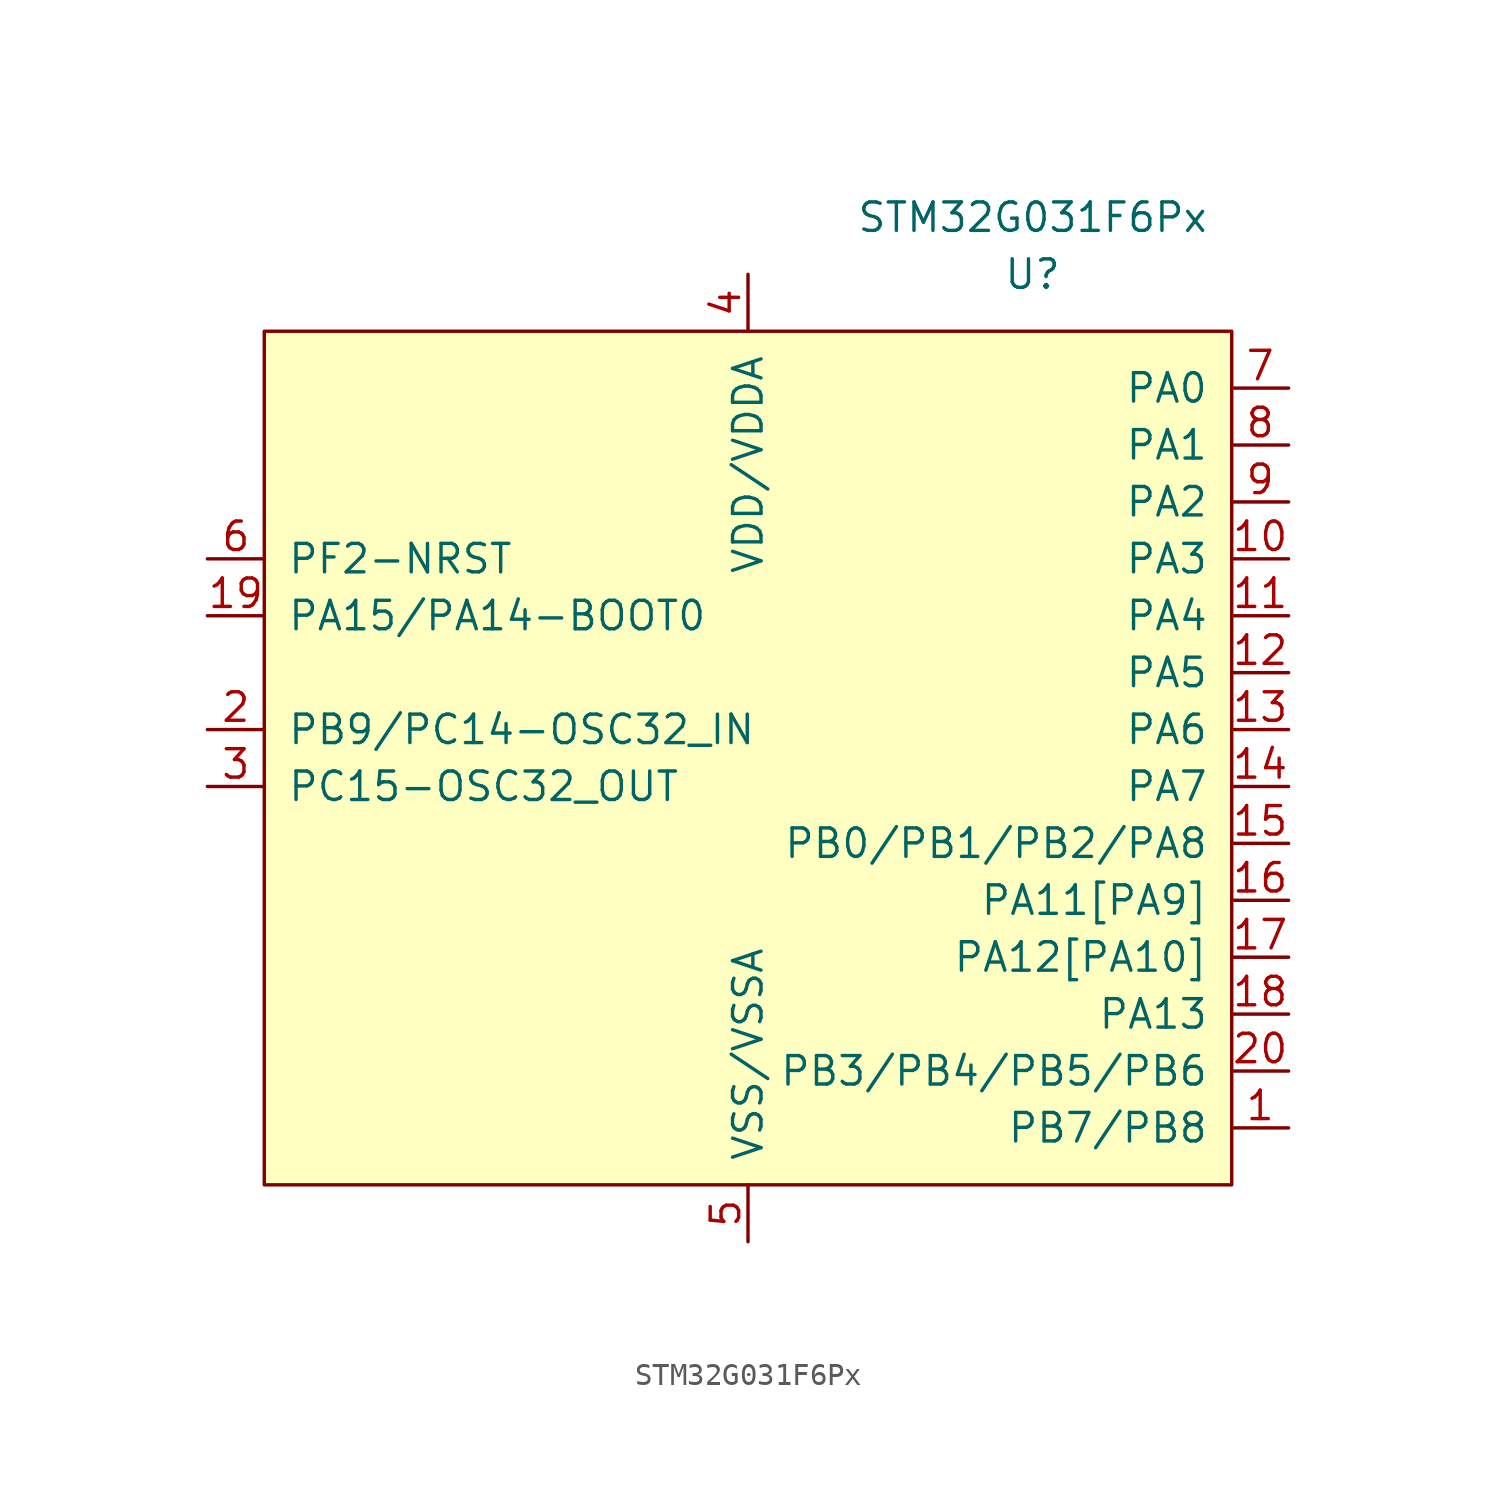
<source format=kicad_sym>
(kicad_symbol_lib
  (version 20211014)
  (generator kicad_symbol_editor)
  (symbol "STM32G031F6Px"
    (pin_names
      (offset 1.016))
    (property "Reference" "U"
      (at 12.7 21.59 0)
      (effects (font (size 1.27 1.27))))
    (property "Value" "STM32G031F6Px"
      (at 12.7 24.13 0)
      (effects (font (size 1.27 1.27))))
    (symbol "STM32G031F6Px_0_1"
      (rectangle (start 21.59 19.05) (end -21.59 -19.05) (stroke (width 0) (type default) (color 0 0 0 0)) (fill (type background))))
    (symbol "STM32G031F6Px_1_1"
      (pin bidirectional line (at 24.13 -16.51 180) (length 2.54) (name "PB7/PB8" (effects (font (size 1.27 1.27)))) (number "1" (effects (font (size 1.27 1.27)))))
      (pin bidirectional line (at 24.13 8.89 180) (length 2.54) (name "PA3" (effects (font (size 1.27 1.27)))) (number "10" (effects (font (size 1.27 1.27)))))
      (pin bidirectional line (at 24.13 6.35 180) (length 2.54) (name "PA4" (effects (font (size 1.27 1.27)))) (number "11" (effects (font (size 1.27 1.27)))))
      (pin bidirectional line (at 24.13 3.81 180) (length 2.54) (name "PA5" (effects (font (size 1.27 1.27)))) (number "12" (effects (font (size 1.27 1.27)))))
      (pin bidirectional line (at 24.13 1.27 180) (length 2.54) (name "PA6" (effects (font (size 1.27 1.27)))) (number "13" (effects (font (size 1.27 1.27)))))
      (pin bidirectional line (at 24.13 -1.27 180) (length 2.54) (name "PA7" (effects (font (size 1.27 1.27)))) (number "14" (effects (font (size 1.27 1.27)))))
      (pin bidirectional line (at 24.13 -3.81 180) (length 2.54) (name "PB0/PB1/PB2/PA8" (effects (font (size 1.27 1.27)))) (number "15" (effects (font (size 1.27 1.27)))))
      (pin bidirectional line (at 24.13 -6.35 180) (length 2.54) (name "PA11[PA9]" (effects (font (size 1.27 1.27)))) (number "16" (effects (font (size 1.27 1.27)))))
      (pin bidirectional line (at 24.13 -8.89 180) (length 2.54) (name "PA12[PA10]" (effects (font (size 1.27 1.27)))) (number "17" (effects (font (size 1.27 1.27)))))
      (pin bidirectional line (at 24.13 -11.43 180) (length 2.54) (name "PA13" (effects (font (size 1.27 1.27)))) (number "18" (effects (font (size 1.27 1.27)))))
      (pin bidirectional line (at -24.13 6.35 0) (length 2.54) (name "PA15/PA14-BOOT0" (effects (font (size 1.27 1.27)))) (number "19" (effects (font (size 1.27 1.27)))))
      (pin bidirectional line (at -24.13 1.27 0) (length 2.54) (name "PB9/PC14-OSC32_IN" (effects (font (size 1.27 1.27)))) (number "2" (effects (font (size 1.27 1.27)))))
      (pin bidirectional line (at 24.13 -13.97 180) (length 2.54) (name "PB3/PB4/PB5/PB6" (effects (font (size 1.27 1.27)))) (number "20" (effects (font (size 1.27 1.27)))))
      (pin bidirectional line (at -24.13 -1.27 0) (length 2.54) (name "PC15-OSC32_OUT" (effects (font (size 1.27 1.27)))) (number "3" (effects (font (size 1.27 1.27)))))
      (pin power_in line (at 0 21.59 270) (length 2.54) (name "VDD/VDDA" (effects (font (size 1.27 1.27)))) (number "4" (effects (font (size 1.27 1.27)))))
      (pin power_in line (at 0 -21.59 90) (length 2.54) (name "VSS/VSSA" (effects (font (size 1.27 1.27)))) (number "5" (effects (font (size 1.27 1.27)))))
      (pin bidirectional line (at -24.13 8.89 0) (length 2.54) (name "PF2-NRST" (effects (font (size 1.27 1.27)))) (number "6" (effects (font (size 1.27 1.27)))))
      (pin bidirectional line (at 24.13 16.51 180) (length 2.54) (name "PA0" (effects (font (size 1.27 1.27)))) (number "7" (effects (font (size 1.27 1.27)))))
      (pin bidirectional line (at 24.13 13.97 180) (length 2.54) (name "PA1" (effects (font (size 1.27 1.27)))) (number "8" (effects (font (size 1.27 1.27)))))
      (pin bidirectional line (at 24.13 11.43 180) (length 2.54) (name "PA2" (effects (font (size 1.27 1.27)))) (number "9" (effects (font (size 1.27 1.27))))))))
</source>
